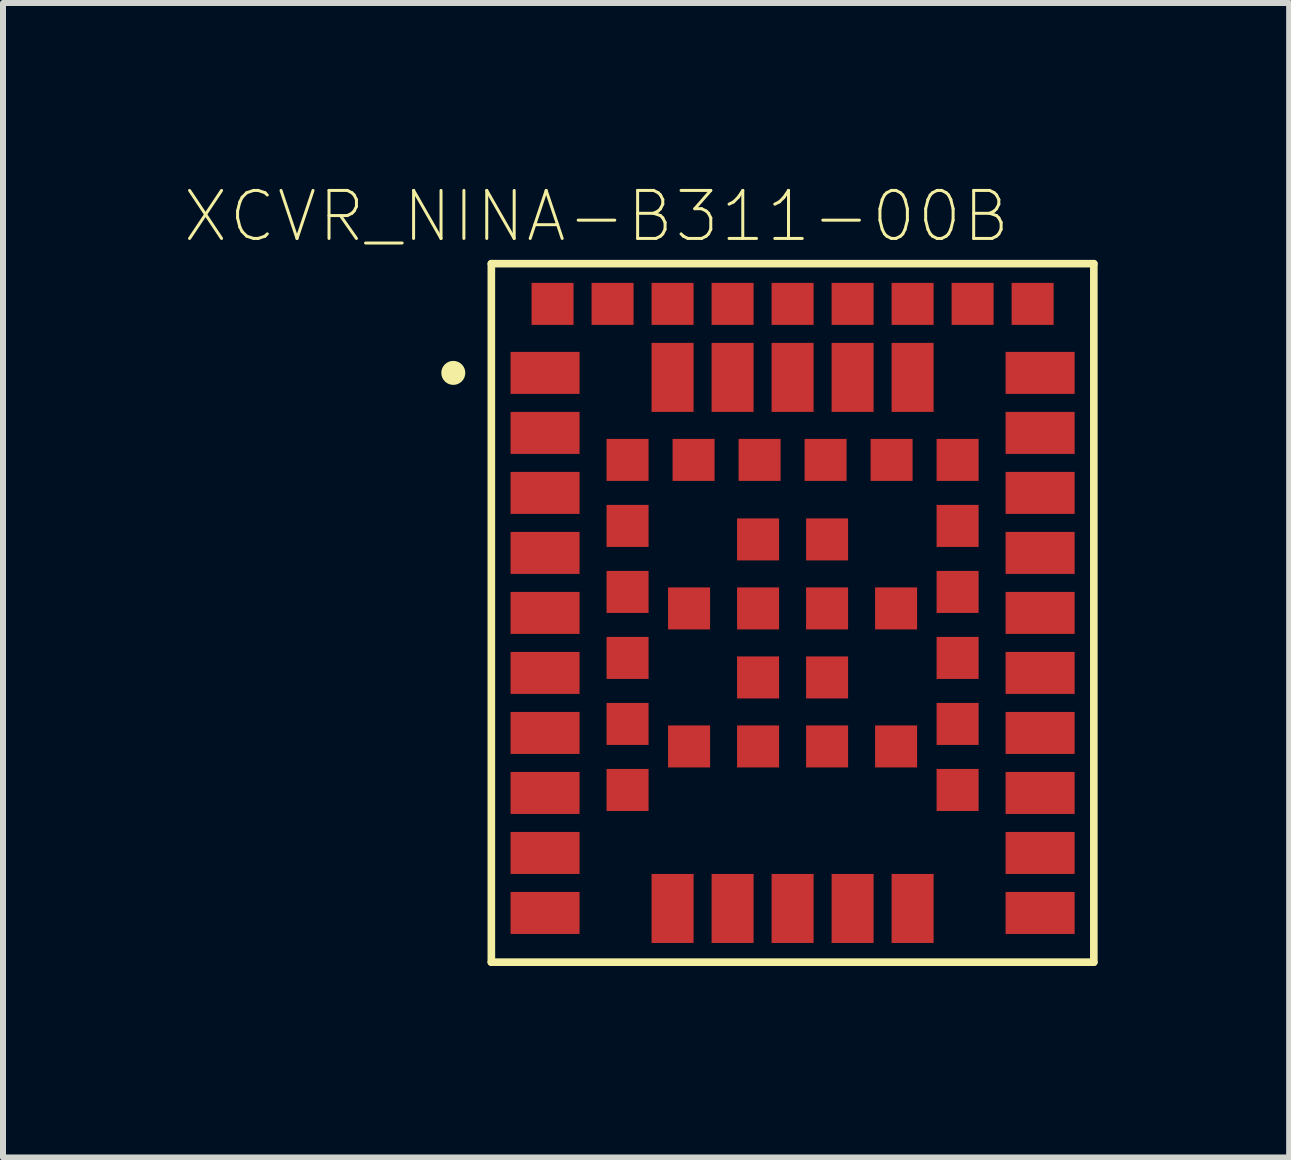
<source format=kicad_pcb>
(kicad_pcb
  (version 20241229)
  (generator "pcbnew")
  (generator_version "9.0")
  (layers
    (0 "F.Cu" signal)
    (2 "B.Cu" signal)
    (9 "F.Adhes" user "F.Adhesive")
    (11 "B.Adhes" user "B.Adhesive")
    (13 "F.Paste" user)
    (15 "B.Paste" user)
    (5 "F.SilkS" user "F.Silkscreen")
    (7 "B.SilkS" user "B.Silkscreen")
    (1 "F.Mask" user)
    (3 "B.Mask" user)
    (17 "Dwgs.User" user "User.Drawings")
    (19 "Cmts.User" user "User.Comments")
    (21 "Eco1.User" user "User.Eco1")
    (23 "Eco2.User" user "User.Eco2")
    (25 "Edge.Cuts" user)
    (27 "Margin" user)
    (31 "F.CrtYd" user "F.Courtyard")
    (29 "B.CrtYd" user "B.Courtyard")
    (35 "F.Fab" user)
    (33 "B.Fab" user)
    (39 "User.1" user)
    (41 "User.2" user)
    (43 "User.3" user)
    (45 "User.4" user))
  (footprint "XCVR_NINA-B311-00B"
    (layer "F.Cu")
    (at 10.158 7.164)
    (property "Reference" "XCVR_NINA-B311-00B" (at -3.268 -6.608 0) (layer "F.SilkS") (effects (font (size 0.8 0.8) (thickness 0.05))))
    (attr smd)
    (fp_line (start -5.02 -5.82) (end 5.02 -5.82) (stroke (width 0.127) (type solid)) (layer "F.SilkS"))
    (fp_line (start -5.02 5.82) (end -5.02 -5.82) (stroke (width 0.127) (type solid)) (layer "F.SilkS"))
    (fp_line (start 5.02 -5.82) (end 5.02 5.82) (stroke (width 0.127) (type solid)) (layer "F.SilkS"))
    (fp_line (start 5.02 5.82) (end -5.02 5.82) (stroke (width 0.127) (type solid)) (layer "F.SilkS"))
    (fp_circle (center -5.654 -4) (end -5.554 -4) (stroke (width 0.2) (type solid)) (fill no) (layer "F.SilkS"))
    (fp_line (start -5.25 -6.05) (end 5.25 -6.05) (stroke (width 0.05) (type solid)) (layer "Eco1.User"))
    (fp_line (start -5.25 6.05) (end -5.25 -6.05) (stroke (width 0.05) (type solid)) (layer "Eco1.User"))
    (fp_line (start 5.25 -6.05) (end 5.25 6.05) (stroke (width 0.05) (type solid)) (layer "Eco1.User"))
    (fp_line (start 5.25 6.05) (end -5.25 6.05) (stroke (width 0.05) (type solid)) (layer "Eco1.User"))
    (fp_line (start -5 -5.8) (end 5 -5.8) (stroke (width 0.127) (type solid)) (layer "Eco2.User"))
    (fp_line (start -5 5.8) (end -5 -5.8) (stroke (width 0.127) (type solid)) (layer "Eco2.User"))
    (fp_line (start 5 -5.8) (end 5 5.8) (stroke (width 0.127) (type solid)) (layer "Eco2.User"))
    (fp_line (start 5 5.8) (end -5 5.8) (stroke (width 0.127) (type solid)) (layer "Eco2.User"))
    (fp_circle (center -5.654 -4) (end -5.554 -4) (stroke (width 0.2) (type solid)) (fill no) (layer "Eco2.User"))
    (pad "1" smd rect (at -4.125 -4) (size 1.15 0.7) (layers "F.Cu" "F.Mask" "F.Paste"))
    (pad "2" smd rect (at -4.125 -3) (size 1.15 0.7) (layers "F.Cu" "F.Mask" "F.Paste"))
    (pad "3" smd rect (at -4.125 -2) (size 1.15 0.7) (layers "F.Cu" "F.Mask" "F.Paste"))
    (pad "4" smd rect (at -4.125 -1) (size 1.15 0.7) (layers "F.Cu" "F.Mask" "F.Paste"))
    (pad "5" smd rect (at -4.125 0) (size 1.15 0.7) (layers "F.Cu" "F.Mask" "F.Paste"))
    (pad "6" smd rect (at -4.125 1) (size 1.15 0.7) (layers "F.Cu" "F.Mask" "F.Paste"))
    (pad "7" smd rect (at -4.125 2) (size 1.15 0.7) (layers "F.Cu" "F.Mask" "F.Paste"))
    (pad "8" smd rect (at -4.125 3) (size 1.15 0.7) (layers "F.Cu" "F.Mask" "F.Paste"))
    (pad "9" smd rect (at -4.125 4) (size 1.15 0.7) (layers "F.Cu" "F.Mask" "F.Paste"))
    (pad "10" smd rect (at -4.125 5) (size 1.15 0.7) (layers "F.Cu" "F.Mask" "F.Paste"))
    (pad "11" smd rect (at -2 4.925 90) (size 1.15 0.7) (layers "F.Cu" "F.Mask" "F.Paste"))
    (pad "12" smd rect (at -1 4.925 90) (size 1.15 0.7) (layers "F.Cu" "F.Mask" "F.Paste"))
    (pad "13" smd rect (at 0 4.925 90) (size 1.15 0.7) (layers "F.Cu" "F.Mask" "F.Paste"))
    (pad "14" smd rect (at 1 4.925 90) (size 1.15 0.7) (layers "F.Cu" "F.Mask" "F.Paste"))
    (pad "15" smd rect (at 2 4.925 90) (size 1.15 0.7) (layers "F.Cu" "F.Mask" "F.Paste"))
    (pad "16" smd rect (at 4.125 5) (size 1.15 0.7) (layers "F.Cu" "F.Mask" "F.Paste"))
    (pad "17" smd rect (at 4.125 4) (size 1.15 0.7) (layers "F.Cu" "F.Mask" "F.Paste"))
    (pad "18" smd rect (at 4.125 3) (size 1.15 0.7) (layers "F.Cu" "F.Mask" "F.Paste"))
    (pad "19" smd rect (at 4.125 2) (size 1.15 0.7) (layers "F.Cu" "F.Mask" "F.Paste"))
    (pad "20" smd rect (at 4.125 1) (size 1.15 0.7) (layers "F.Cu" "F.Mask" "F.Paste"))
    (pad "21" smd rect (at 4.125 0) (size 1.15 0.7) (layers "F.Cu" "F.Mask" "F.Paste"))
    (pad "22" smd rect (at 4.125 -1) (size 1.15 0.7) (layers "F.Cu" "F.Mask" "F.Paste"))
    (pad "23" smd rect (at 4.125 -2) (size 1.15 0.7) (layers "F.Cu" "F.Mask" "F.Paste"))
    (pad "24" smd rect (at 4.125 -3) (size 1.15 0.7) (layers "F.Cu" "F.Mask" "F.Paste"))
    (pad "25" smd rect (at 4.125 -4) (size 1.15 0.7) (layers "F.Cu" "F.Mask" "F.Paste"))
    (pad "26" smd rect (at 2 -3.925 90) (size 1.15 0.7) (layers "F.Cu" "F.Mask" "F.Paste"))
    (pad "27" smd rect (at 1 -3.925 90) (size 1.15 0.7) (layers "F.Cu" "F.Mask" "F.Paste"))
    (pad "28" smd rect (at 0 -3.925 90) (size 1.15 0.7) (layers "F.Cu" "F.Mask" "F.Paste"))
    (pad "29" smd rect (at -1 -3.925 90) (size 1.15 0.7) (layers "F.Cu" "F.Mask" "F.Paste"))
    (pad "30" smd rect (at -2 -3.925 90) (size 1.15 0.7) (layers "F.Cu" "F.Mask" "F.Paste"))
    (pad "31" smd rect (at -2.75 -2.55 90) (size 0.7 0.7) (layers "F.Cu" "F.Mask" "F.Paste"))
    (pad "32" smd rect (at -2.75 -1.45 90) (size 0.7 0.7) (layers "F.Cu" "F.Mask" "F.Paste"))
    (pad "33" smd rect (at -2.75 -0.35 90) (size 0.7 0.7) (layers "F.Cu" "F.Mask" "F.Paste"))
    (pad "34" smd rect (at -2.75 0.75 90) (size 0.7 0.7) (layers "F.Cu" "F.Mask" "F.Paste"))
    (pad "35" smd rect (at -2.75 1.85 90) (size 0.7 0.7) (layers "F.Cu" "F.Mask" "F.Paste"))
    (pad "36" smd rect (at -2.75 2.95 90) (size 0.7 0.7) (layers "F.Cu" "F.Mask" "F.Paste"))
    (pad "37" smd rect (at 2.75 2.95 90) (size 0.7 0.7) (layers "F.Cu" "F.Mask" "F.Paste"))
    (pad "38" smd rect (at 2.75 1.85 90) (size 0.7 0.7) (layers "F.Cu" "F.Mask" "F.Paste"))
    (pad "39" smd rect (at 2.75 0.75 90) (size 0.7 0.7) (layers "F.Cu" "F.Mask" "F.Paste"))
    (pad "40" smd rect (at 2.75 -0.35 90) (size 0.7 0.7) (layers "F.Cu" "F.Mask" "F.Paste"))
    (pad "41" smd rect (at 2.75 -1.45 90) (size 0.7 0.7) (layers "F.Cu" "F.Mask" "F.Paste"))
    (pad "42" smd rect (at 2.75 -2.55 90) (size 0.7 0.7) (layers "F.Cu" "F.Mask" "F.Paste"))
    (pad "43" smd rect (at 1.65 -2.55 90) (size 0.7 0.7) (layers "F.Cu" "F.Mask" "F.Paste"))
    (pad "44" smd rect (at 0.55 -2.55 90) (size 0.7 0.7) (layers "F.Cu" "F.Mask" "F.Paste"))
    (pad "45" smd rect (at -0.55 -2.55 90) (size 0.7 0.7) (layers "F.Cu" "F.Mask" "F.Paste"))
    (pad "46" smd rect (at -1.65 -2.55 90) (size 0.7 0.7) (layers "F.Cu" "F.Mask" "F.Paste"))
    (pad "47" smd rect (at 4 -5.15 90) (size 0.7 0.7) (layers "F.Cu" "F.Mask" "F.Paste"))
    (pad "48" smd rect (at 3 -5.15 90) (size 0.7 0.7) (layers "F.Cu" "F.Mask" "F.Paste"))
    (pad "49" smd rect (at 2 -5.15 90) (size 0.7 0.7) (layers "F.Cu" "F.Mask" "F.Paste"))
    (pad "50" smd rect (at 1 -5.15 90) (size 0.7 0.7) (layers "F.Cu" "F.Mask" "F.Paste"))
    (pad "51" smd rect (at 0 -5.15 90) (size 0.7 0.7) (layers "F.Cu" "F.Mask" "F.Paste"))
    (pad "52" smd rect (at -1 -5.15 90) (size 0.7 0.7) (layers "F.Cu" "F.Mask" "F.Paste"))
    (pad "53" smd rect (at -2 -5.15 90) (size 0.7 0.7) (layers "F.Cu" "F.Mask" "F.Paste"))
    (pad "54" smd rect (at -3 -5.15 90) (size 0.7 0.7) (layers "F.Cu" "F.Mask" "F.Paste"))
    (pad "55" smd rect (at -4 -5.15 90) (size 0.7 0.7) (layers "F.Cu" "F.Mask" "F.Paste"))
    (pad "EGP1" smd rect (at -0.575 -1.225 90) (size 0.7 0.7) (layers "F.Cu" "F.Mask" "F.Paste"))
    (pad "EGP2" smd rect (at 0.575 -1.225 90) (size 0.7 0.7) (layers "F.Cu" "F.Mask" "F.Paste"))
    (pad "EGP3" smd rect (at -1.725 -0.075 90) (size 0.7 0.7) (layers "F.Cu" "F.Mask" "F.Paste"))
    (pad "EGP4" smd rect (at -0.575 -0.075 90) (size 0.7 0.7) (layers "F.Cu" "F.Mask" "F.Paste"))
    (pad "EGP5" smd rect (at 0.575 -0.075 90) (size 0.7 0.7) (layers "F.Cu" "F.Mask" "F.Paste"))
    (pad "EGP6" smd rect (at 1.725 -0.075 90) (size 0.7 0.7) (layers "F.Cu" "F.Mask" "F.Paste"))
    (pad "EGP7" smd rect (at -0.575 1.075 90) (size 0.7 0.7) (layers "F.Cu" "F.Mask" "F.Paste"))
    (pad "EGP8" smd rect (at 0.575 1.075 90) (size 0.7 0.7) (layers "F.Cu" "F.Mask" "F.Paste"))
    (pad "EGP9" smd rect (at -1.725 2.225 90) (size 0.7 0.7) (layers "F.Cu" "F.Mask" "F.Paste"))
    (pad "EGP10" smd rect (at -0.575 2.225 90) (size 0.7 0.7) (layers "F.Cu" "F.Mask" "F.Paste"))
    (pad "EGP11" smd rect (at 0.575 2.225 90) (size 0.7 0.7) (layers "F.Cu" "F.Mask" "F.Paste"))
    (pad "EGP12" smd rect (at 1.725 2.225 90) (size 0.7 0.7) (layers "F.Cu" "F.Mask" "F.Paste")))
  (gr_rect
    (start -3 -3)
    (end 18.433 16.239)
    (stroke (width 0.1) (type default))
    (fill no)
    (layer "Edge.Cuts")))
</source>
